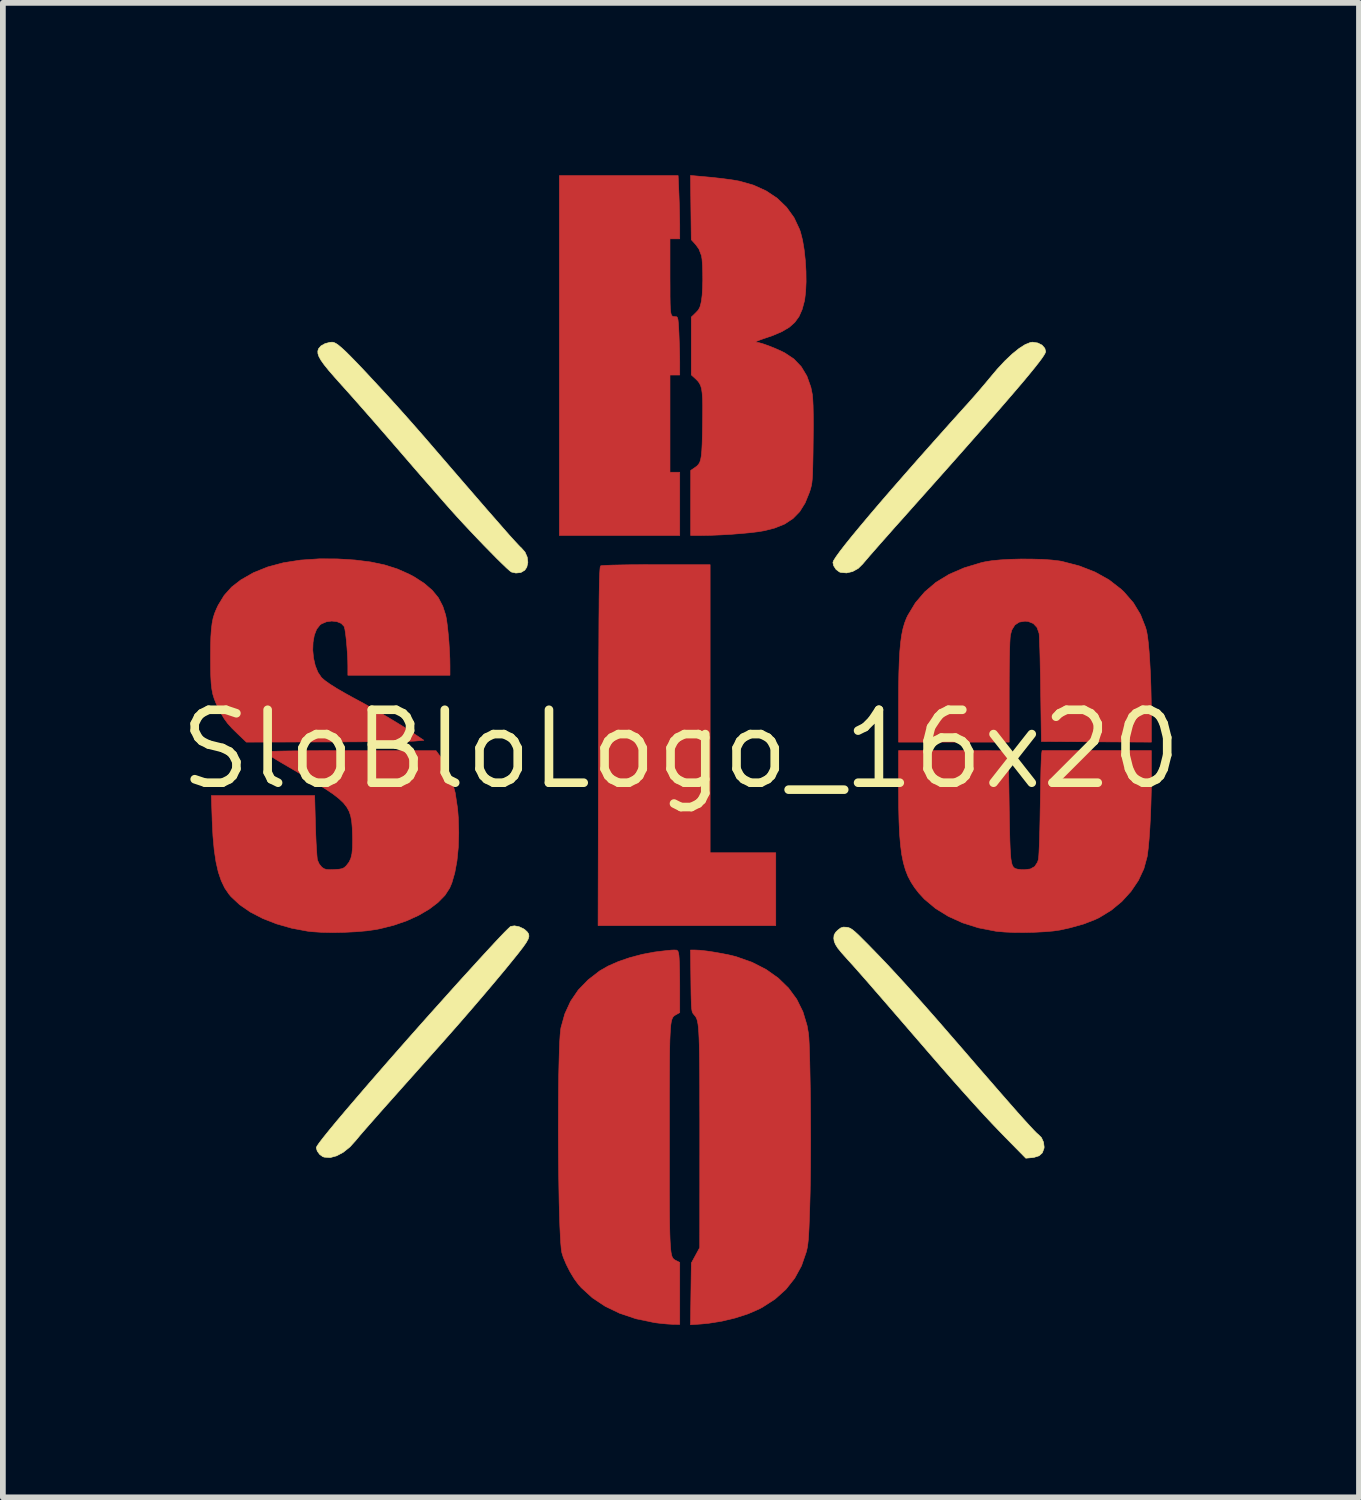
<source format=kicad_pcb>
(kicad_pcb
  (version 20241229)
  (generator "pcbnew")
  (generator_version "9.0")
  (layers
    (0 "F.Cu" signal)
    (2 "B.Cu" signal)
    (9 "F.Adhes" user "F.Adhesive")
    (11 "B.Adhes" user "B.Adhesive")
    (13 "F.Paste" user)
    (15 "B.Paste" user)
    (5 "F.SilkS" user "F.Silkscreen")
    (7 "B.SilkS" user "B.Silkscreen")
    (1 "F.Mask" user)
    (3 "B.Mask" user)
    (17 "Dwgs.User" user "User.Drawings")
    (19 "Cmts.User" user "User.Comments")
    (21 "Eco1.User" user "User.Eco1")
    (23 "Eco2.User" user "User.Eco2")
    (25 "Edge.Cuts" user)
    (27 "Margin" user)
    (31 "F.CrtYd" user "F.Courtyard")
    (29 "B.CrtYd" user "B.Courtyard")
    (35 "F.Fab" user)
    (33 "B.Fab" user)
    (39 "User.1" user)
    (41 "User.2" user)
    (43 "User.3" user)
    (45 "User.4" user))
  (footprint "SloBloLogo_16x20"
    (layer "F.Cu")
    (at 8.807 9.999)
    (property "Reference" "SloBloLogo_16x20" (at 0 0 0) (layer "F.SilkS") (effects (font (size 1.27 1.27) (thickness 0.15))))
    (attr through_hole)
    (fp_poly (pts (xy 0.508 1.799) (xy 1.651 1.799) (xy 1.651 3.069) (xy -1.443 3.069) (xy -1.436 -0.054) (xy -1.435 -0.483) (xy -1.434 -0.871) (xy -1.433 -1.221) (xy -1.432 -1.535) (xy -1.43 -1.814) (xy -1.429 -2.061) (xy -1.428 -2.277) (xy -1.426 -2.464) (xy -1.425 -2.625) (xy -1.423 -2.761) (xy -1.421 -2.874) (xy -1.419 -2.967) (xy -1.416 -3.041) (xy -1.413 -3.097) (xy -1.41 -3.139) (xy -1.407 -3.168) (xy -1.403 -3.186) (xy -1.398 -3.195) (xy -1.397 -3.197) (xy -1.369 -3.201) (xy -1.301 -3.205) (xy -1.199 -3.209) (xy -1.064 -3.212) (xy -0.9 -3.215) (xy -0.711 -3.216) (xy -0.5 -3.217) (xy -0.429 -3.217) (xy 0.508 -3.217) (xy 0.508 1.799)) (stroke (width 0.01) (type solid)) (fill yes) (layer "F.Cu"))
    (fp_poly (pts (xy -0.035 -9.67) (xy -0.03 -9.533) (xy -0.026 -9.387) (xy -0.023 -9.248) (xy -0.021 -9.134) (xy -0.021 -9.119) (xy -0.021 -8.89) (xy -0.191 -8.89) (xy -0.191 -8.226) (xy -0.19 -8.037) (xy -0.19 -7.886) (xy -0.188 -7.768) (xy -0.185 -7.681) (xy -0.179 -7.618) (xy -0.171 -7.577) (xy -0.158 -7.552) (xy -0.142 -7.54) (xy -0.12 -7.536) (xy -0.093 -7.535) (xy -0.086 -7.535) (xy -0.071 -7.531) (xy -0.06 -7.515) (xy -0.051 -7.479) (xy -0.045 -7.418) (xy -0.039 -7.325) (xy -0.035 -7.246) (xy -0.03 -7.114) (xy -0.025 -6.972) (xy -0.022 -6.839) (xy -0.021 -6.738) (xy -0.021 -6.519) (xy -0.191 -6.519) (xy -0.191 -4.826) (xy -0.021 -4.826) (xy -0.021 -3.725) (xy -2.117 -3.725) (xy -2.117 -9.991) (xy -0.049 -9.991) (xy -0.035 -9.67)) (stroke (width 0.01) (type solid)) (fill yes) (layer "F.Cu"))
    (fp_poly (pts (xy 6.108 -3.314) (xy 6.289 -3.309) (xy 6.452 -3.298) (xy 6.588 -3.282) (xy 6.633 -3.274) (xy 6.937 -3.195) (xy 7.211 -3.088) (xy 7.453 -2.953) (xy 7.664 -2.789) (xy 7.715 -2.741) (xy 7.878 -2.553) (xy 8.002 -2.348) (xy 8.091 -2.122) (xy 8.107 -2.063) (xy 8.123 -1.978) (xy 8.138 -1.855) (xy 8.152 -1.701) (xy 8.164 -1.519) (xy 8.175 -1.316) (xy 8.183 -1.097) (xy 8.188 -0.866) (xy 8.191 -0.629) (xy 8.191 -0.524) (xy 8.191 -0.127) (xy 7.234 -0.132) (xy 6.276 -0.138) (xy 6.263 -1.037) (xy 6.26 -1.232) (xy 6.256 -1.416) (xy 6.253 -1.585) (xy 6.249 -1.734) (xy 6.244 -1.857) (xy 6.241 -1.951) (xy 6.237 -2.01) (xy 6.235 -2.024) (xy 6.2 -2.123) (xy 6.136 -2.192) (xy 6.046 -2.228) (xy 5.989 -2.233) (xy 5.889 -2.216) (xy 5.814 -2.166) (xy 5.761 -2.08) (xy 5.737 -1.992) (xy 5.732 -1.944) (xy 5.727 -1.857) (xy 5.723 -1.737) (xy 5.72 -1.589) (xy 5.717 -1.415) (xy 5.716 -1.222) (xy 5.715 -1.013) (xy 5.715 -1.003) (xy 5.715 -0.127) (xy 3.789 -0.127) (xy 3.789 -0.799) (xy 3.79 -1.08) (xy 3.794 -1.323) (xy 3.801 -1.532) (xy 3.811 -1.711) (xy 3.825 -1.862) (xy 3.843 -1.992) (xy 3.866 -2.103) (xy 3.894 -2.2) (xy 3.927 -2.286) (xy 3.95 -2.333) (xy 4.082 -2.552) (xy 4.245 -2.743) (xy 4.44 -2.909) (xy 4.668 -3.048) (xy 4.929 -3.161) (xy 5.223 -3.25) (xy 5.288 -3.265) (xy 5.408 -3.285) (xy 5.559 -3.3) (xy 5.733 -3.31) (xy 5.919 -3.315) (xy 6.108 -3.314)) (stroke (width 0.01) (type solid)) (fill yes) (layer "F.Cu"))
    (fp_poly (pts (xy 0.328 3.497) (xy 0.445 3.51) (xy 0.578 3.53) (xy 0.715 3.554) (xy 0.844 3.58) (xy 0.952 3.606) (xy 0.967 3.611) (xy 1.241 3.708) (xy 1.483 3.832) (xy 1.694 3.981) (xy 1.872 4.154) (xy 2.016 4.35) (xy 2.124 4.568) (xy 2.196 4.807) (xy 2.22 4.945) (xy 2.227 5.018) (xy 2.233 5.129) (xy 2.238 5.273) (xy 2.243 5.445) (xy 2.247 5.641) (xy 2.251 5.856) (xy 2.254 6.085) (xy 2.256 6.324) (xy 2.257 6.568) (xy 2.258 6.813) (xy 2.257 7.054) (xy 2.256 7.286) (xy 2.253 7.504) (xy 2.25 7.705) (xy 2.247 7.821) (xy 2.241 8.028) (xy 2.235 8.198) (xy 2.23 8.335) (xy 2.224 8.445) (xy 2.218 8.533) (xy 2.21 8.605) (xy 2.202 8.664) (xy 2.191 8.716) (xy 2.182 8.752) (xy 2.099 8.992) (xy 1.98 9.209) (xy 1.827 9.402) (xy 1.639 9.571) (xy 1.416 9.715) (xy 1.355 9.747) (xy 1.166 9.829) (xy 0.949 9.899) (xy 0.716 9.955) (xy 0.479 9.993) (xy 0.353 10.005) (xy 0.166 10.018) (xy 0.181 8.943) (xy 0.327 8.674) (xy 0.328 6.797) (xy 0.328 6.455) (xy 0.327 6.152) (xy 0.327 5.887) (xy 0.326 5.655) (xy 0.324 5.456) (xy 0.322 5.286) (xy 0.319 5.143) (xy 0.315 5.024) (xy 0.31 4.927) (xy 0.304 4.848) (xy 0.297 4.786) (xy 0.288 4.737) (xy 0.278 4.7) (xy 0.266 4.671) (xy 0.252 4.648) (xy 0.236 4.629) (xy 0.228 4.619) (xy 0.213 4.602) (xy 0.202 4.583) (xy 0.193 4.556) (xy 0.187 4.515) (xy 0.182 4.457) (xy 0.179 4.374) (xy 0.176 4.262) (xy 0.174 4.116) (xy 0.173 4.031) (xy 0.166 3.493) (xy 0.241 3.493) (xy 0.328 3.497)) (stroke (width 0.01) (type solid)) (fill yes) (layer "F.Cu"))
    (fp_poly (pts (xy -5.981 -3.317) (xy -5.675 -3.298) (xy -5.404 -3.264) (xy -5.161 -3.213) (xy -4.94 -3.143) (xy -4.737 -3.053) (xy -4.646 -3.005) (xy -4.47 -2.891) (xy -4.331 -2.771) (xy -4.224 -2.641) (xy -4.147 -2.493) (xy -4.097 -2.339) (xy -4.082 -2.261) (xy -4.067 -2.151) (xy -4.053 -2.017) (xy -4.04 -1.871) (xy -4.031 -1.721) (xy -4.024 -1.578) (xy -4.022 -1.455) (xy -4.022 -1.291) (xy -5.8 -1.291) (xy -5.8 -1.445) (xy -5.802 -1.551) (xy -5.808 -1.67) (xy -5.817 -1.792) (xy -5.827 -1.908) (xy -5.839 -2.01) (xy -5.851 -2.089) (xy -5.863 -2.136) (xy -5.865 -2.141) (xy -5.915 -2.194) (xy -5.991 -2.225) (xy -6.081 -2.235) (xy -6.174 -2.222) (xy -6.259 -2.186) (xy -6.286 -2.166) (xy -6.344 -2.092) (xy -6.384 -1.989) (xy -6.406 -1.865) (xy -6.411 -1.73) (xy -6.398 -1.592) (xy -6.368 -1.46) (xy -6.322 -1.344) (xy -6.259 -1.251) (xy -6.202 -1.201) (xy -6.112 -1.137) (xy -5.994 -1.062) (xy -5.854 -0.981) (xy -5.726 -0.91) (xy -5.526 -0.802) (xy -5.323 -0.688) (xy -5.125 -0.573) (xy -4.942 -0.463) (xy -4.782 -0.363) (xy -4.699 -0.308) (xy -4.477 -0.159) (xy -4.625 -0.146) (xy -4.672 -0.143) (xy -4.757 -0.141) (xy -4.876 -0.139) (xy -5.026 -0.137) (xy -5.202 -0.135) (xy -5.4 -0.133) (xy -5.617 -0.132) (xy -5.848 -0.131) (xy -6.089 -0.13) (xy -6.17 -0.13) (xy -7.567 -0.127) (xy -7.717 -0.27) (xy -7.816 -0.367) (xy -7.891 -0.45) (xy -7.951 -0.532) (xy -8.007 -0.625) (xy -8.05 -0.709) (xy -8.093 -0.798) (xy -8.126 -0.879) (xy -8.151 -0.96) (xy -8.168 -1.048) (xy -8.18 -1.15) (xy -8.187 -1.273) (xy -8.19 -1.424) (xy -8.191 -1.601) (xy -8.19 -1.796) (xy -8.186 -1.955) (xy -8.177 -2.086) (xy -8.164 -2.194) (xy -8.146 -2.287) (xy -8.12 -2.37) (xy -8.086 -2.452) (xy -8.058 -2.511) (xy -7.953 -2.683) (xy -7.823 -2.828) (xy -7.664 -2.951) (xy -7.442 -3.078) (xy -7.196 -3.177) (xy -6.923 -3.25) (xy -6.622 -3.297) (xy -6.291 -3.319) (xy -5.981 -3.317)) (stroke (width 0.01) (type solid)) (fill yes) (layer "F.Cu"))
    (fp_poly (pts (xy 4.938 0.021) (xy 5.121 0.022) (xy 5.286 0.022) (xy 5.429 0.023) (xy 5.546 0.024) (xy 5.632 0.025) (xy 5.684 0.026) (xy 5.697 0.026) (xy 5.698 0.048) (xy 5.7 0.108) (xy 5.702 0.201) (xy 5.704 0.324) (xy 5.707 0.472) (xy 5.71 0.641) (xy 5.713 0.827) (xy 5.715 0.974) (xy 5.719 1.213) (xy 5.723 1.414) (xy 5.727 1.579) (xy 5.732 1.713) (xy 5.738 1.819) (xy 5.745 1.901) (xy 5.755 1.962) (xy 5.766 2.006) (xy 5.78 2.036) (xy 5.796 2.057) (xy 5.816 2.071) (xy 5.822 2.075) (xy 5.864 2.086) (xy 5.931 2.094) (xy 5.977 2.095) (xy 6.083 2.082) (xy 6.159 2.04) (xy 6.208 1.966) (xy 6.224 1.916) (xy 6.229 1.876) (xy 6.234 1.799) (xy 6.239 1.69) (xy 6.244 1.554) (xy 6.248 1.397) (xy 6.252 1.222) (xy 6.255 1.037) (xy 6.256 0.995) (xy 6.259 0.808) (xy 6.262 0.632) (xy 6.265 0.473) (xy 6.268 0.334) (xy 6.272 0.221) (xy 6.275 0.14) (xy 6.277 0.095) (xy 6.278 0.09) (xy 6.288 0.021) (xy 8.191 0.021) (xy 8.191 0.486) (xy 8.19 0.711) (xy 8.184 0.938) (xy 8.176 1.159) (xy 8.165 1.368) (xy 8.152 1.557) (xy 8.137 1.719) (xy 8.121 1.848) (xy 8.117 1.87) (xy 8.06 2.079) (xy 7.965 2.282) (xy 7.836 2.473) (xy 7.677 2.648) (xy 7.493 2.8) (xy 7.286 2.927) (xy 7.211 2.963) (xy 7.009 3.041) (xy 6.772 3.107) (xy 6.604 3.144) (xy 6.482 3.162) (xy 6.328 3.175) (xy 6.156 3.184) (xy 5.976 3.188) (xy 5.799 3.187) (xy 5.637 3.18) (xy 5.502 3.168) (xy 5.479 3.165) (xy 5.181 3.107) (xy 4.905 3.02) (xy 4.654 2.906) (xy 4.431 2.768) (xy 4.239 2.607) (xy 4.144 2.504) (xy 4.07 2.409) (xy 4.007 2.312) (xy 3.953 2.21) (xy 3.909 2.098) (xy 3.873 1.972) (xy 3.844 1.829) (xy 3.823 1.665) (xy 3.807 1.475) (xy 3.797 1.255) (xy 3.791 1.001) (xy 3.789 0.71) (xy 3.789 0.672) (xy 3.789 0.021) (xy 4.741 0.021) (xy 4.938 0.021)) (stroke (width 0.01) (type solid)) (fill yes) (layer "F.Cu"))
    (fp_poly (pts (xy -5.74 0.022) (xy -4.265 0.022) (xy -4.198 0.112) (xy -4.086 0.293) (xy -3.997 0.508) (xy -3.931 0.755) (xy -3.889 1.033) (xy -3.877 1.185) (xy -3.869 1.453) (xy -3.877 1.706) (xy -3.9 1.94) (xy -3.938 2.147) (xy -3.989 2.324) (xy -4.026 2.412) (xy -4.11 2.542) (xy -4.232 2.666) (xy -4.386 2.783) (xy -4.569 2.89) (xy -4.775 2.984) (xy -5.001 3.062) (xy -5.24 3.122) (xy -5.311 3.136) (xy -5.473 3.159) (xy -5.661 3.175) (xy -5.862 3.185) (xy -6.064 3.189) (xy -6.255 3.185) (xy -6.424 3.174) (xy -6.501 3.165) (xy -6.779 3.113) (xy -7.041 3.038) (xy -7.282 2.944) (xy -7.498 2.832) (xy -7.683 2.705) (xy -7.834 2.564) (xy -7.87 2.521) (xy -7.944 2.413) (xy -8.005 2.285) (xy -8.056 2.135) (xy -8.096 1.958) (xy -8.127 1.751) (xy -8.149 1.509) (xy -8.163 1.23) (xy -8.163 1.212) (xy -8.177 0.804) (xy -6.378 0.804) (xy -6.364 1.328) (xy -6.359 1.478) (xy -6.353 1.617) (xy -6.346 1.739) (xy -6.339 1.838) (xy -6.333 1.905) (xy -6.328 1.93) (xy -6.298 1.996) (xy -6.253 2.051) (xy -6.249 2.054) (xy -6.212 2.078) (xy -6.171 2.091) (xy -6.111 2.094) (xy -6.036 2.092) (xy -5.953 2.086) (xy -5.9 2.076) (xy -5.863 2.058) (xy -5.829 2.027) (xy -5.82 2.016) (xy -5.778 1.961) (xy -5.748 1.896) (xy -5.729 1.816) (xy -5.719 1.712) (xy -5.717 1.577) (xy -5.719 1.483) (xy -5.724 1.36) (xy -5.733 1.254) (xy -5.75 1.162) (xy -5.777 1.08) (xy -5.819 1.004) (xy -5.877 0.93) (xy -5.955 0.857) (xy -6.056 0.778) (xy -6.184 0.692) (xy -6.34 0.595) (xy -6.529 0.482) (xy -6.646 0.414) (xy -6.811 0.317) (xy -6.943 0.24) (xy -7.045 0.179) (xy -7.121 0.132) (xy -7.173 0.098) (xy -7.207 0.073) (xy -7.224 0.056) (xy -7.229 0.045) (xy -7.227 0.04) (xy -7.204 0.037) (xy -7.142 0.034) (xy -7.043 0.031) (xy -6.911 0.028) (xy -6.748 0.026) (xy -6.557 0.024) (xy -6.341 0.023) (xy -6.104 0.022) (xy -5.847 0.022) (xy -5.74 0.022)) (stroke (width 0.01) (type solid)) (fill yes) (layer "F.Cu"))
    (fp_poly (pts (xy -0.075 3.495) (xy -0.053 3.511) (xy -0.041 3.551) (xy -0.035 3.591) (xy -0.031 3.642) (xy -0.027 3.727) (xy -0.024 3.838) (xy -0.022 3.967) (xy -0.021 4.107) (xy -0.021 4.136) (xy -0.021 4.583) (xy -0.084 4.618) (xy -0.103 4.629) (xy -0.12 4.641) (xy -0.135 4.656) (xy -0.148 4.677) (xy -0.159 4.706) (xy -0.169 4.746) (xy -0.177 4.799) (xy -0.183 4.868) (xy -0.188 4.956) (xy -0.193 5.065) (xy -0.196 5.197) (xy -0.198 5.355) (xy -0.199 5.542) (xy -0.2 5.761) (xy -0.201 6.012) (xy -0.201 6.301) (xy -0.201 6.628) (xy -0.201 6.763) (xy -0.201 7.105) (xy -0.201 7.408) (xy -0.201 7.673) (xy -0.2 7.904) (xy -0.199 8.102) (xy -0.197 8.271) (xy -0.194 8.413) (xy -0.19 8.53) (xy -0.185 8.625) (xy -0.179 8.701) (xy -0.172 8.759) (xy -0.163 8.804) (xy -0.153 8.836) (xy -0.14 8.859) (xy -0.126 8.875) (xy -0.11 8.887) (xy -0.092 8.897) (xy -0.084 8.901) (xy -0.021 8.933) (xy -0.021 10.012) (xy -0.153 10.01) (xy -0.239 10.005) (xy -0.346 9.995) (xy -0.453 9.982) (xy -0.474 9.978) (xy -0.782 9.914) (xy -1.064 9.82) (xy -1.318 9.698) (xy -1.542 9.549) (xy -1.735 9.373) (xy -1.784 9.318) (xy -1.857 9.219) (xy -1.931 9.097) (xy -1.997 8.967) (xy -2.049 8.843) (xy -2.074 8.763) (xy -2.084 8.699) (xy -2.093 8.597) (xy -2.101 8.461) (xy -2.109 8.295) (xy -2.115 8.103) (xy -2.121 7.889) (xy -2.125 7.657) (xy -2.129 7.412) (xy -2.132 7.156) (xy -2.134 6.896) (xy -2.135 6.633) (xy -2.134 6.374) (xy -2.133 6.121) (xy -2.131 5.879) (xy -2.128 5.652) (xy -2.123 5.443) (xy -2.118 5.258) (xy -2.112 5.1) (xy -2.104 4.973) (xy -2.095 4.882) (xy -2.09 4.847) (xy -2.022 4.604) (xy -1.922 4.386) (xy -1.788 4.189) (xy -1.616 4.012) (xy -1.416 3.857) (xy -1.268 3.772) (xy -1.088 3.693) (xy -0.886 3.624) (xy -0.673 3.568) (xy -0.46 3.528) (xy -0.434 3.525) (xy -0.329 3.512) (xy -0.233 3.501) (xy -0.158 3.494) (xy -0.118 3.493) (xy -0.075 3.495)) (stroke (width 0.01) (type solid)) (fill yes) (layer "F.Cu"))
    (fp_poly (pts (xy 0.321 -9.98) (xy 0.543 -9.96) (xy 0.736 -9.938) (xy 0.897 -9.916) (xy 1.018 -9.895) (xy 1.264 -9.825) (xy 1.484 -9.725) (xy 1.677 -9.596) (xy 1.839 -9.44) (xy 1.97 -9.258) (xy 2.066 -9.053) (xy 2.082 -9.006) (xy 2.117 -8.869) (xy 2.145 -8.702) (xy 2.165 -8.517) (xy 2.177 -8.326) (xy 2.179 -8.14) (xy 2.171 -7.97) (xy 2.154 -7.827) (xy 2.15 -7.808) (xy 2.11 -7.66) (xy 2.056 -7.538) (xy 1.982 -7.436) (xy 1.885 -7.35) (xy 1.758 -7.275) (xy 1.597 -7.206) (xy 1.471 -7.163) (xy 1.39 -7.135) (xy 1.332 -7.112) (xy 1.303 -7.097) (xy 1.306 -7.092) (xy 1.36 -7.082) (xy 1.442 -7.058) (xy 1.542 -7.022) (xy 1.648 -6.979) (xy 1.75 -6.933) (xy 1.805 -6.906) (xy 1.965 -6.8) (xy 2.094 -6.665) (xy 2.193 -6.501) (xy 2.262 -6.307) (xy 2.288 -6.178) (xy 2.295 -6.102) (xy 2.301 -5.985) (xy 2.304 -5.83) (xy 2.305 -5.639) (xy 2.303 -5.413) (xy 2.302 -5.336) (xy 2.3 -5.147) (xy 2.297 -4.994) (xy 2.294 -4.873) (xy 2.291 -4.778) (xy 2.286 -4.704) (xy 2.28 -4.646) (xy 2.272 -4.597) (xy 2.261 -4.554) (xy 2.248 -4.509) (xy 2.237 -4.476) (xy 2.162 -4.291) (xy 2.068 -4.14) (xy 1.951 -4.02) (xy 1.807 -3.925) (xy 1.631 -3.854) (xy 1.455 -3.809) (xy 1.348 -3.791) (xy 1.209 -3.774) (xy 1.046 -3.759) (xy 0.871 -3.745) (xy 0.693 -3.735) (xy 0.521 -3.728) (xy 0.365 -3.725) (xy 0.169 -3.725) (xy 0.169 -4.292) (xy 0.17 -4.858) (xy 0.242 -4.907) (xy 0.277 -4.933) (xy 0.305 -4.962) (xy 0.327 -4.998) (xy 0.343 -5.048) (xy 0.355 -5.114) (xy 0.363 -5.204) (xy 0.369 -5.321) (xy 0.373 -5.47) (xy 0.376 -5.643) (xy 0.378 -5.834) (xy 0.379 -5.988) (xy 0.376 -6.111) (xy 0.369 -6.206) (xy 0.359 -6.279) (xy 0.342 -6.335) (xy 0.32 -6.379) (xy 0.292 -6.416) (xy 0.257 -6.451) (xy 0.18 -6.521) (xy 0.18 -7.528) (xy 0.256 -7.601) (xy 0.302 -7.65) (xy 0.33 -7.702) (xy 0.349 -7.772) (xy 0.357 -7.812) (xy 0.369 -7.908) (xy 0.376 -8.029) (xy 0.38 -8.165) (xy 0.379 -8.302) (xy 0.375 -8.43) (xy 0.367 -8.536) (xy 0.358 -8.595) (xy 0.313 -8.713) (xy 0.257 -8.79) (xy 0.18 -8.875) (xy 0.173 -9.434) (xy 0.166 -9.994) (xy 0.321 -9.98)) (stroke (width 0.01) (type solid)) (fill yes) (layer "F.Cu"))
    (fp_poly (pts (xy 0.508 1.799) (xy 1.651 1.799) (xy 1.651 3.069) (xy -1.443 3.069) (xy -1.436 -0.054) (xy -1.435 -0.483) (xy -1.434 -0.871) (xy -1.433 -1.221) (xy -1.432 -1.535) (xy -1.43 -1.814) (xy -1.429 -2.061) (xy -1.428 -2.277) (xy -1.426 -2.464) (xy -1.425 -2.625) (xy -1.423 -2.761) (xy -1.421 -2.874) (xy -1.419 -2.967) (xy -1.416 -3.041) (xy -1.413 -3.097) (xy -1.41 -3.139) (xy -1.407 -3.168) (xy -1.403 -3.186) (xy -1.398 -3.195) (xy -1.397 -3.197) (xy -1.369 -3.201) (xy -1.301 -3.205) (xy -1.199 -3.209) (xy -1.064 -3.212) (xy -0.9 -3.215) (xy -0.711 -3.216) (xy -0.5 -3.217) (xy -0.429 -3.217) (xy 0.508 -3.217) (xy 0.508 1.799)) (stroke (width 0.01) (type solid)) (fill yes) (layer "F.Mask"))
    (fp_poly (pts (xy -0.035 -9.67) (xy -0.03 -9.533) (xy -0.026 -9.387) (xy -0.023 -9.248) (xy -0.021 -9.134) (xy -0.021 -9.119) (xy -0.021 -8.89) (xy -0.191 -8.89) (xy -0.191 -8.226) (xy -0.19 -8.037) (xy -0.19 -7.886) (xy -0.188 -7.768) (xy -0.185 -7.681) (xy -0.179 -7.618) (xy -0.171 -7.577) (xy -0.158 -7.552) (xy -0.142 -7.54) (xy -0.12 -7.536) (xy -0.093 -7.535) (xy -0.086 -7.535) (xy -0.071 -7.531) (xy -0.06 -7.515) (xy -0.051 -7.479) (xy -0.045 -7.418) (xy -0.039 -7.325) (xy -0.035 -7.246) (xy -0.03 -7.114) (xy -0.025 -6.972) (xy -0.022 -6.839) (xy -0.021 -6.738) (xy -0.021 -6.519) (xy -0.191 -6.519) (xy -0.191 -4.826) (xy -0.021 -4.826) (xy -0.021 -3.725) (xy -2.117 -3.725) (xy -2.117 -9.991) (xy -0.049 -9.991) (xy -0.035 -9.67)) (stroke (width 0.01) (type solid)) (fill yes) (layer "F.Mask"))
    (fp_poly (pts (xy 6.108 -3.314) (xy 6.289 -3.309) (xy 6.452 -3.298) (xy 6.588 -3.282) (xy 6.633 -3.274) (xy 6.937 -3.195) (xy 7.211 -3.088) (xy 7.453 -2.953) (xy 7.664 -2.789) (xy 7.715 -2.741) (xy 7.878 -2.553) (xy 8.002 -2.348) (xy 8.091 -2.122) (xy 8.107 -2.063) (xy 8.123 -1.978) (xy 8.138 -1.855) (xy 8.152 -1.701) (xy 8.164 -1.519) (xy 8.175 -1.316) (xy 8.183 -1.097) (xy 8.188 -0.866) (xy 8.191 -0.629) (xy 8.191 -0.524) (xy 8.191 -0.127) (xy 7.234 -0.132) (xy 6.276 -0.138) (xy 6.263 -1.037) (xy 6.26 -1.232) (xy 6.256 -1.416) (xy 6.253 -1.585) (xy 6.249 -1.734) (xy 6.244 -1.857) (xy 6.241 -1.951) (xy 6.237 -2.01) (xy 6.235 -2.024) (xy 6.2 -2.123) (xy 6.136 -2.192) (xy 6.046 -2.228) (xy 5.989 -2.233) (xy 5.889 -2.216) (xy 5.814 -2.166) (xy 5.761 -2.08) (xy 5.737 -1.992) (xy 5.732 -1.944) (xy 5.727 -1.857) (xy 5.723 -1.737) (xy 5.72 -1.589) (xy 5.717 -1.415) (xy 5.716 -1.222) (xy 5.715 -1.013) (xy 5.715 -1.003) (xy 5.715 -0.127) (xy 3.789 -0.127) (xy 3.789 -0.799) (xy 3.79 -1.08) (xy 3.794 -1.323) (xy 3.801 -1.532) (xy 3.811 -1.711) (xy 3.825 -1.862) (xy 3.843 -1.992) (xy 3.866 -2.103) (xy 3.894 -2.2) (xy 3.927 -2.286) (xy 3.95 -2.333) (xy 4.082 -2.552) (xy 4.245 -2.743) (xy 4.44 -2.909) (xy 4.668 -3.048) (xy 4.929 -3.161) (xy 5.223 -3.25) (xy 5.288 -3.265) (xy 5.408 -3.285) (xy 5.559 -3.3) (xy 5.733 -3.31) (xy 5.919 -3.315) (xy 6.108 -3.314)) (stroke (width 0.01) (type solid)) (fill yes) (layer "F.Mask"))
    (fp_poly (pts (xy 0.328 3.497) (xy 0.445 3.51) (xy 0.578 3.53) (xy 0.715 3.554) (xy 0.844 3.58) (xy 0.952 3.606) (xy 0.967 3.611) (xy 1.241 3.708) (xy 1.483 3.832) (xy 1.694 3.981) (xy 1.872 4.154) (xy 2.016 4.35) (xy 2.124 4.568) (xy 2.196 4.807) (xy 2.22 4.945) (xy 2.227 5.018) (xy 2.233 5.129) (xy 2.238 5.273) (xy 2.243 5.445) (xy 2.247 5.641) (xy 2.251 5.856) (xy 2.254 6.085) (xy 2.256 6.324) (xy 2.257 6.568) (xy 2.258 6.813) (xy 2.257 7.054) (xy 2.256 7.286) (xy 2.253 7.504) (xy 2.25 7.705) (xy 2.247 7.821) (xy 2.241 8.028) (xy 2.235 8.198) (xy 2.23 8.335) (xy 2.224 8.445) (xy 2.218 8.533) (xy 2.21 8.605) (xy 2.202 8.664) (xy 2.191 8.716) (xy 2.182 8.752) (xy 2.099 8.992) (xy 1.98 9.209) (xy 1.827 9.402) (xy 1.639 9.571) (xy 1.416 9.715) (xy 1.355 9.747) (xy 1.166 9.829) (xy 0.949 9.899) (xy 0.716 9.955) (xy 0.479 9.993) (xy 0.353 10.005) (xy 0.166 10.018) (xy 0.181 8.943) (xy 0.327 8.674) (xy 0.328 6.797) (xy 0.328 6.455) (xy 0.327 6.152) (xy 0.327 5.887) (xy 0.326 5.655) (xy 0.324 5.456) (xy 0.322 5.286) (xy 0.319 5.143) (xy 0.315 5.024) (xy 0.31 4.927) (xy 0.304 4.848) (xy 0.297 4.786) (xy 0.288 4.737) (xy 0.278 4.7) (xy 0.266 4.671) (xy 0.252 4.648) (xy 0.236 4.629) (xy 0.228 4.619) (xy 0.213 4.602) (xy 0.202 4.583) (xy 0.193 4.556) (xy 0.187 4.515) (xy 0.182 4.457) (xy 0.179 4.374) (xy 0.176 4.262) (xy 0.174 4.116) (xy 0.173 4.031) (xy 0.166 3.493) (xy 0.241 3.493) (xy 0.328 3.497)) (stroke (width 0.01) (type solid)) (fill yes) (layer "F.Mask"))
    (fp_poly (pts (xy -5.981 -3.317) (xy -5.675 -3.298) (xy -5.404 -3.264) (xy -5.161 -3.213) (xy -4.94 -3.143) (xy -4.737 -3.053) (xy -4.646 -3.005) (xy -4.47 -2.891) (xy -4.331 -2.771) (xy -4.224 -2.641) (xy -4.147 -2.493) (xy -4.097 -2.339) (xy -4.082 -2.261) (xy -4.067 -2.151) (xy -4.053 -2.017) (xy -4.04 -1.871) (xy -4.031 -1.721) (xy -4.024 -1.578) (xy -4.022 -1.455) (xy -4.022 -1.291) (xy -5.8 -1.291) (xy -5.8 -1.445) (xy -5.802 -1.551) (xy -5.808 -1.67) (xy -5.817 -1.792) (xy -5.827 -1.908) (xy -5.839 -2.01) (xy -5.851 -2.089) (xy -5.863 -2.136) (xy -5.865 -2.141) (xy -5.915 -2.194) (xy -5.991 -2.225) (xy -6.081 -2.235) (xy -6.174 -2.222) (xy -6.259 -2.186) (xy -6.286 -2.166) (xy -6.344 -2.092) (xy -6.384 -1.989) (xy -6.406 -1.865) (xy -6.411 -1.73) (xy -6.398 -1.592) (xy -6.368 -1.46) (xy -6.322 -1.344) (xy -6.259 -1.251) (xy -6.202 -1.201) (xy -6.112 -1.137) (xy -5.994 -1.062) (xy -5.854 -0.981) (xy -5.726 -0.91) (xy -5.526 -0.802) (xy -5.323 -0.688) (xy -5.125 -0.573) (xy -4.942 -0.463) (xy -4.782 -0.363) (xy -4.699 -0.308) (xy -4.477 -0.159) (xy -4.625 -0.146) (xy -4.672 -0.143) (xy -4.757 -0.141) (xy -4.876 -0.139) (xy -5.026 -0.137) (xy -5.202 -0.135) (xy -5.4 -0.133) (xy -5.617 -0.132) (xy -5.848 -0.131) (xy -6.089 -0.13) (xy -6.17 -0.13) (xy -7.567 -0.127) (xy -7.717 -0.27) (xy -7.816 -0.367) (xy -7.891 -0.45) (xy -7.951 -0.532) (xy -8.007 -0.625) (xy -8.05 -0.709) (xy -8.093 -0.798) (xy -8.126 -0.879) (xy -8.151 -0.96) (xy -8.168 -1.048) (xy -8.18 -1.15) (xy -8.187 -1.273) (xy -8.19 -1.424) (xy -8.191 -1.601) (xy -8.19 -1.796) (xy -8.186 -1.955) (xy -8.177 -2.086) (xy -8.164 -2.194) (xy -8.146 -2.287) (xy -8.12 -2.37) (xy -8.086 -2.452) (xy -8.058 -2.511) (xy -7.953 -2.683) (xy -7.823 -2.828) (xy -7.664 -2.951) (xy -7.442 -3.078) (xy -7.196 -3.177) (xy -6.923 -3.25) (xy -6.622 -3.297) (xy -6.291 -3.319) (xy -5.981 -3.317)) (stroke (width 0.01) (type solid)) (fill yes) (layer "F.Mask"))
    (fp_poly (pts (xy 4.938 0.021) (xy 5.121 0.022) (xy 5.286 0.022) (xy 5.429 0.023) (xy 5.546 0.024) (xy 5.632 0.025) (xy 5.684 0.026) (xy 5.697 0.026) (xy 5.698 0.048) (xy 5.7 0.108) (xy 5.702 0.201) (xy 5.704 0.324) (xy 5.707 0.472) (xy 5.71 0.641) (xy 5.713 0.827) (xy 5.715 0.974) (xy 5.719 1.213) (xy 5.723 1.414) (xy 5.727 1.579) (xy 5.732 1.713) (xy 5.738 1.819) (xy 5.745 1.901) (xy 5.755 1.962) (xy 5.766 2.006) (xy 5.78 2.036) (xy 5.796 2.057) (xy 5.816 2.071) (xy 5.822 2.075) (xy 5.864 2.086) (xy 5.931 2.094) (xy 5.977 2.095) (xy 6.083 2.082) (xy 6.159 2.04) (xy 6.208 1.966) (xy 6.224 1.916) (xy 6.229 1.876) (xy 6.234 1.799) (xy 6.239 1.69) (xy 6.244 1.554) (xy 6.248 1.397) (xy 6.252 1.222) (xy 6.255 1.037) (xy 6.256 0.995) (xy 6.259 0.808) (xy 6.262 0.632) (xy 6.265 0.473) (xy 6.268 0.334) (xy 6.272 0.221) (xy 6.275 0.14) (xy 6.277 0.095) (xy 6.278 0.09) (xy 6.288 0.021) (xy 8.191 0.021) (xy 8.191 0.486) (xy 8.19 0.711) (xy 8.184 0.938) (xy 8.176 1.159) (xy 8.165 1.368) (xy 8.152 1.557) (xy 8.137 1.719) (xy 8.121 1.848) (xy 8.117 1.87) (xy 8.06 2.079) (xy 7.965 2.282) (xy 7.836 2.473) (xy 7.677 2.648) (xy 7.493 2.8) (xy 7.286 2.927) (xy 7.211 2.963) (xy 7.009 3.041) (xy 6.772 3.107) (xy 6.604 3.144) (xy 6.482 3.162) (xy 6.328 3.175) (xy 6.156 3.184) (xy 5.976 3.188) (xy 5.799 3.187) (xy 5.637 3.18) (xy 5.502 3.168) (xy 5.479 3.165) (xy 5.181 3.107) (xy 4.905 3.02) (xy 4.654 2.906) (xy 4.431 2.768) (xy 4.239 2.607) (xy 4.144 2.504) (xy 4.07 2.409) (xy 4.007 2.312) (xy 3.953 2.21) (xy 3.909 2.098) (xy 3.873 1.972) (xy 3.844 1.829) (xy 3.823 1.665) (xy 3.807 1.475) (xy 3.797 1.255) (xy 3.791 1.001) (xy 3.789 0.71) (xy 3.789 0.672) (xy 3.789 0.021) (xy 4.741 0.021) (xy 4.938 0.021)) (stroke (width 0.01) (type solid)) (fill yes) (layer "F.Mask"))
    (fp_poly (pts (xy -5.74 0.022) (xy -4.265 0.022) (xy -4.198 0.112) (xy -4.086 0.293) (xy -3.997 0.508) (xy -3.931 0.755) (xy -3.889 1.033) (xy -3.877 1.185) (xy -3.869 1.453) (xy -3.877 1.706) (xy -3.9 1.94) (xy -3.938 2.147) (xy -3.989 2.324) (xy -4.026 2.412) (xy -4.11 2.542) (xy -4.232 2.666) (xy -4.386 2.783) (xy -4.569 2.89) (xy -4.775 2.984) (xy -5.001 3.062) (xy -5.24 3.122) (xy -5.311 3.136) (xy -5.473 3.159) (xy -5.661 3.175) (xy -5.862 3.185) (xy -6.064 3.189) (xy -6.255 3.185) (xy -6.424 3.174) (xy -6.501 3.165) (xy -6.779 3.113) (xy -7.041 3.038) (xy -7.282 2.944) (xy -7.498 2.832) (xy -7.683 2.705) (xy -7.834 2.564) (xy -7.87 2.521) (xy -7.944 2.413) (xy -8.005 2.285) (xy -8.056 2.135) (xy -8.096 1.958) (xy -8.127 1.751) (xy -8.149 1.509) (xy -8.163 1.23) (xy -8.163 1.212) (xy -8.177 0.804) (xy -6.378 0.804) (xy -6.364 1.328) (xy -6.359 1.478) (xy -6.353 1.617) (xy -6.346 1.739) (xy -6.339 1.838) (xy -6.333 1.905) (xy -6.328 1.93) (xy -6.298 1.996) (xy -6.253 2.051) (xy -6.249 2.054) (xy -6.212 2.078) (xy -6.171 2.091) (xy -6.111 2.094) (xy -6.036 2.092) (xy -5.953 2.086) (xy -5.9 2.076) (xy -5.863 2.058) (xy -5.829 2.027) (xy -5.82 2.016) (xy -5.778 1.961) (xy -5.748 1.896) (xy -5.729 1.816) (xy -5.719 1.712) (xy -5.717 1.577) (xy -5.719 1.483) (xy -5.724 1.36) (xy -5.733 1.254) (xy -5.75 1.162) (xy -5.777 1.08) (xy -5.819 1.004) (xy -5.877 0.93) (xy -5.955 0.857) (xy -6.056 0.778) (xy -6.184 0.692) (xy -6.34 0.595) (xy -6.529 0.482) (xy -6.646 0.414) (xy -6.811 0.317) (xy -6.943 0.24) (xy -7.045 0.179) (xy -7.121 0.132) (xy -7.173 0.098) (xy -7.207 0.073) (xy -7.224 0.056) (xy -7.229 0.045) (xy -7.227 0.04) (xy -7.204 0.037) (xy -7.142 0.034) (xy -7.043 0.031) (xy -6.911 0.028) (xy -6.748 0.026) (xy -6.557 0.024) (xy -6.341 0.023) (xy -6.104 0.022) (xy -5.847 0.022) (xy -5.74 0.022)) (stroke (width 0.01) (type solid)) (fill yes) (layer "F.Mask"))
    (fp_poly (pts (xy -0.075 3.495) (xy -0.053 3.511) (xy -0.041 3.551) (xy -0.035 3.591) (xy -0.031 3.642) (xy -0.027 3.727) (xy -0.024 3.838) (xy -0.022 3.967) (xy -0.021 4.107) (xy -0.021 4.136) (xy -0.021 4.583) (xy -0.084 4.618) (xy -0.103 4.629) (xy -0.12 4.641) (xy -0.135 4.656) (xy -0.148 4.677) (xy -0.159 4.706) (xy -0.169 4.746) (xy -0.177 4.799) (xy -0.183 4.868) (xy -0.188 4.956) (xy -0.193 5.065) (xy -0.196 5.197) (xy -0.198 5.355) (xy -0.199 5.542) (xy -0.2 5.761) (xy -0.201 6.012) (xy -0.201 6.301) (xy -0.201 6.628) (xy -0.201 6.763) (xy -0.201 7.105) (xy -0.201 7.408) (xy -0.201 7.673) (xy -0.2 7.904) (xy -0.199 8.102) (xy -0.197 8.271) (xy -0.194 8.413) (xy -0.19 8.53) (xy -0.185 8.625) (xy -0.179 8.701) (xy -0.172 8.759) (xy -0.163 8.804) (xy -0.153 8.836) (xy -0.14 8.859) (xy -0.126 8.875) (xy -0.11 8.887) (xy -0.092 8.897) (xy -0.084 8.901) (xy -0.021 8.933) (xy -0.021 10.012) (xy -0.153 10.01) (xy -0.239 10.005) (xy -0.346 9.995) (xy -0.453 9.982) (xy -0.474 9.978) (xy -0.782 9.914) (xy -1.064 9.82) (xy -1.318 9.698) (xy -1.542 9.549) (xy -1.735 9.373) (xy -1.784 9.318) (xy -1.857 9.219) (xy -1.931 9.097) (xy -1.997 8.967) (xy -2.049 8.843) (xy -2.074 8.763) (xy -2.084 8.699) (xy -2.093 8.597) (xy -2.101 8.461) (xy -2.109 8.295) (xy -2.115 8.103) (xy -2.121 7.889) (xy -2.125 7.657) (xy -2.129 7.412) (xy -2.132 7.156) (xy -2.134 6.896) (xy -2.135 6.633) (xy -2.134 6.374) (xy -2.133 6.121) (xy -2.131 5.879) (xy -2.128 5.652) (xy -2.123 5.443) (xy -2.118 5.258) (xy -2.112 5.1) (xy -2.104 4.973) (xy -2.095 4.882) (xy -2.09 4.847) (xy -2.022 4.604) (xy -1.922 4.386) (xy -1.788 4.189) (xy -1.616 4.012) (xy -1.416 3.857) (xy -1.268 3.772) (xy -1.088 3.693) (xy -0.886 3.624) (xy -0.673 3.568) (xy -0.46 3.528) (xy -0.434 3.525) (xy -0.329 3.512) (xy -0.233 3.501) (xy -0.158 3.494) (xy -0.118 3.493) (xy -0.075 3.495)) (stroke (width 0.01) (type solid)) (fill yes) (layer "F.Mask"))
    (fp_poly (pts (xy 0.321 -9.98) (xy 0.543 -9.96) (xy 0.736 -9.938) (xy 0.897 -9.916) (xy 1.018 -9.895) (xy 1.264 -9.825) (xy 1.484 -9.725) (xy 1.677 -9.596) (xy 1.839 -9.44) (xy 1.97 -9.258) (xy 2.066 -9.053) (xy 2.082 -9.006) (xy 2.117 -8.869) (xy 2.145 -8.702) (xy 2.165 -8.517) (xy 2.177 -8.326) (xy 2.179 -8.14) (xy 2.171 -7.97) (xy 2.154 -7.827) (xy 2.15 -7.808) (xy 2.11 -7.66) (xy 2.056 -7.538) (xy 1.982 -7.436) (xy 1.885 -7.35) (xy 1.758 -7.275) (xy 1.597 -7.206) (xy 1.471 -7.163) (xy 1.39 -7.135) (xy 1.332 -7.112) (xy 1.303 -7.097) (xy 1.306 -7.092) (xy 1.36 -7.082) (xy 1.442 -7.058) (xy 1.542 -7.022) (xy 1.648 -6.979) (xy 1.75 -6.933) (xy 1.805 -6.906) (xy 1.965 -6.8) (xy 2.094 -6.665) (xy 2.193 -6.501) (xy 2.262 -6.307) (xy 2.288 -6.178) (xy 2.295 -6.102) (xy 2.301 -5.985) (xy 2.304 -5.83) (xy 2.305 -5.639) (xy 2.303 -5.413) (xy 2.302 -5.336) (xy 2.3 -5.147) (xy 2.297 -4.994) (xy 2.294 -4.873) (xy 2.291 -4.778) (xy 2.286 -4.704) (xy 2.28 -4.646) (xy 2.272 -4.597) (xy 2.261 -4.554) (xy 2.248 -4.509) (xy 2.237 -4.476) (xy 2.162 -4.291) (xy 2.068 -4.14) (xy 1.951 -4.02) (xy 1.807 -3.925) (xy 1.631 -3.854) (xy 1.455 -3.809) (xy 1.348 -3.791) (xy 1.209 -3.774) (xy 1.046 -3.759) (xy 0.871 -3.745) (xy 0.693 -3.735) (xy 0.521 -3.728) (xy 0.365 -3.725) (xy 0.169 -3.725) (xy 0.169 -4.292) (xy 0.17 -4.858) (xy 0.242 -4.907) (xy 0.277 -4.933) (xy 0.305 -4.962) (xy 0.327 -4.998) (xy 0.343 -5.048) (xy 0.355 -5.114) (xy 0.363 -5.204) (xy 0.369 -5.321) (xy 0.373 -5.47) (xy 0.376 -5.643) (xy 0.378 -5.834) (xy 0.379 -5.988) (xy 0.376 -6.111) (xy 0.369 -6.206) (xy 0.359 -6.279) (xy 0.342 -6.335) (xy 0.32 -6.379) (xy 0.292 -6.416) (xy 0.257 -6.451) (xy 0.18 -6.521) (xy 0.18 -7.528) (xy 0.256 -7.601) (xy 0.302 -7.65) (xy 0.33 -7.702) (xy 0.349 -7.772) (xy 0.357 -7.812) (xy 0.369 -7.908) (xy 0.376 -8.029) (xy 0.38 -8.165) (xy 0.379 -8.302) (xy 0.375 -8.43) (xy 0.367 -8.536) (xy 0.358 -8.595) (xy 0.313 -8.713) (xy 0.257 -8.79) (xy 0.18 -8.875) (xy 0.173 -9.434) (xy 0.166 -9.994) (xy 0.321 -9.98)) (stroke (width 0.01) (type solid)) (fill yes) (layer "F.Mask"))
    (fp_poly (pts (xy 6.213 -7.077) (xy 6.287 -7.04) (xy 6.336 -6.984) (xy 6.35 -6.928) (xy 6.343 -6.904) (xy 6.322 -6.866) (xy 6.286 -6.812) (xy 6.234 -6.742) (xy 6.165 -6.654) (xy 6.078 -6.547) (xy 5.972 -6.419) (xy 5.846 -6.271) (xy 5.699 -6.1) (xy 5.531 -5.906) (xy 5.339 -5.687) (xy 5.124 -5.443) (xy 4.884 -5.171) (xy 4.619 -4.872) (xy 4.327 -4.544) (xy 4.022 -4.202) (xy 3.873 -4.034) (xy 3.73 -3.875) (xy 3.598 -3.725) (xy 3.478 -3.59) (xy 3.374 -3.471) (xy 3.287 -3.372) (xy 3.222 -3.296) (xy 3.18 -3.247) (xy 3.167 -3.231) (xy 3.086 -3.151) (xy 2.988 -3.097) (xy 2.883 -3.073) (xy 2.782 -3.082) (xy 2.759 -3.09) (xy 2.701 -3.133) (xy 2.659 -3.198) (xy 2.646 -3.255) (xy 2.66 -3.291) (xy 2.702 -3.357) (xy 2.77 -3.451) (xy 2.864 -3.572) (xy 2.982 -3.719) (xy 3.124 -3.89) (xy 3.287 -4.084) (xy 3.471 -4.3) (xy 3.675 -4.536) (xy 3.897 -4.79) (xy 4.137 -5.063) (xy 4.393 -5.351) (xy 4.664 -5.655) (xy 4.949 -5.972) (xy 4.985 -6.011) (xy 5.079 -6.117) (xy 5.176 -6.228) (xy 5.267 -6.335) (xy 5.343 -6.425) (xy 5.368 -6.456) (xy 5.506 -6.62) (xy 5.64 -6.764) (xy 5.769 -6.886) (xy 5.888 -6.982) (xy 5.993 -7.049) (xy 6.082 -7.085) (xy 6.121 -7.091) (xy 6.213 -7.077)) (stroke (width 0.01) (type solid)) (fill yes) (layer "F.SilkS"))
    (fp_poly (pts (xy -2.819 3.087) (xy -2.74 3.124) (xy -2.71 3.146) (xy -2.674 3.18) (xy -2.652 3.215) (xy -2.647 3.253) (xy -2.66 3.301) (xy -2.694 3.363) (xy -2.75 3.443) (xy -2.831 3.548) (xy -2.908 3.644) (xy -3.066 3.838) (xy -3.248 4.056) (xy -3.447 4.291) (xy -3.658 4.537) (xy -3.874 4.786) (xy -4.09 5.031) (xy -4.19 5.144) (xy -4.425 5.407) (xy -4.634 5.642) (xy -4.818 5.848) (xy -4.979 6.029) (xy -5.118 6.185) (xy -5.237 6.319) (xy -5.337 6.433) (xy -5.421 6.528) (xy -5.49 6.607) (xy -5.546 6.671) (xy -5.59 6.722) (xy -5.623 6.762) (xy -5.649 6.793) (xy -5.655 6.801) (xy -5.764 6.922) (xy -5.88 7.015) (xy -5.996 7.077) (xy -6.107 7.107) (xy -6.209 7.1) (xy -6.237 7.091) (xy -6.291 7.052) (xy -6.333 6.994) (xy -6.35 6.935) (xy -6.336 6.905) (xy -6.293 6.843) (xy -6.221 6.75) (xy -6.121 6.626) (xy -5.993 6.471) (xy -5.836 6.285) (xy -5.65 6.068) (xy -5.437 5.82) (xy -5.283 5.643) (xy -5.109 5.443) (xy -4.928 5.237) (xy -4.743 5.027) (xy -4.556 4.816) (xy -4.37 4.607) (xy -4.185 4.401) (xy -4.006 4.201) (xy -3.834 4.01) (xy -3.67 3.83) (xy -3.518 3.663) (xy -3.38 3.513) (xy -3.258 3.381) (xy -3.154 3.27) (xy -3.07 3.182) (xy -3.008 3.121) (xy -2.972 3.087) (xy -2.964 3.082) (xy -2.899 3.072) (xy -2.819 3.087)) (stroke (width 0.01) (type solid)) (fill yes) (layer "F.SilkS"))
    (fp_poly (pts (xy 2.887 3.097) (xy 2.918 3.103) (xy 2.95 3.116) (xy 2.986 3.139) (xy 3.031 3.176) (xy 3.091 3.231) (xy 3.169 3.309) (xy 3.272 3.412) (xy 3.292 3.433) (xy 3.438 3.583) (xy 3.586 3.738) (xy 3.739 3.902) (xy 3.9 4.078) (xy 4.072 4.269) (xy 4.258 4.478) (xy 4.463 4.711) (xy 4.687 4.969) (xy 4.931 5.25) (xy 5.169 5.526) (xy 5.381 5.77) (xy 5.567 5.984) (xy 5.728 6.168) (xy 5.865 6.324) (xy 5.979 6.451) (xy 6.071 6.552) (xy 6.141 6.627) (xy 6.19 6.677) (xy 6.219 6.703) (xy 6.223 6.705) (xy 6.277 6.76) (xy 6.313 6.839) (xy 6.324 6.924) (xy 6.321 6.948) (xy 6.292 7.025) (xy 6.236 7.076) (xy 6.15 7.103) (xy 6.114 7.108) (xy 6.005 7.118) (xy 5.653 6.76) (xy 5.537 6.64) (xy 5.42 6.518) (xy 5.3 6.39) (xy 5.174 6.253) (xy 5.039 6.104) (xy 4.892 5.94) (xy 4.731 5.758) (xy 4.552 5.554) (xy 4.353 5.325) (xy 4.131 5.068) (xy 4.022 4.942) (xy 3.826 4.715) (xy 3.655 4.517) (xy 3.507 4.346) (xy 3.379 4.199) (xy 3.27 4.073) (xy 3.176 3.966) (xy 3.096 3.875) (xy 3.028 3.798) (xy 2.968 3.731) (xy 2.914 3.672) (xy 2.888 3.643) (xy 2.796 3.54) (xy 2.731 3.46) (xy 2.69 3.395) (xy 2.668 3.339) (xy 2.661 3.288) (xy 2.667 3.23) (xy 2.696 3.182) (xy 2.729 3.149) (xy 2.781 3.109) (xy 2.827 3.094) (xy 2.887 3.097)) (stroke (width 0.01) (type solid)) (fill yes) (layer "F.SilkS"))
    (fp_poly (pts (xy -6.044 -7.086) (xy -6.008 -7.069) (xy -5.963 -7.038) (xy -5.906 -6.99) (xy -5.834 -6.924) (xy -5.745 -6.835) (xy -5.635 -6.722) (xy -5.503 -6.583) (xy -5.346 -6.414) (xy -5.345 -6.413) (xy -5.227 -6.286) (xy -5.118 -6.168) (xy -5.016 -6.056) (xy -4.915 -5.944) (xy -4.812 -5.829) (xy -4.703 -5.706) (xy -4.585 -5.572) (xy -4.453 -5.421) (xy -4.305 -5.249) (xy -4.135 -5.052) (xy -4.004 -4.9) (xy -3.771 -4.63) (xy -3.564 -4.391) (xy -3.384 -4.183) (xy -3.228 -4.005) (xy -3.097 -3.855) (xy -2.989 -3.732) (xy -2.903 -3.637) (xy -2.839 -3.568) (xy -2.797 -3.524) (xy -2.778 -3.507) (xy -2.715 -3.435) (xy -2.677 -3.348) (xy -2.666 -3.257) (xy -2.684 -3.174) (xy -2.719 -3.121) (xy -2.788 -3.08) (xy -2.874 -3.071) (xy -2.953 -3.089) (xy -2.982 -3.111) (xy -3.036 -3.159) (xy -3.111 -3.231) (xy -3.204 -3.322) (xy -3.309 -3.429) (xy -3.424 -3.546) (xy -3.545 -3.672) (xy -3.667 -3.801) (xy -3.788 -3.93) (xy -3.902 -4.054) (xy -3.959 -4.117) (xy -4.034 -4.201) (xy -4.133 -4.313) (xy -4.249 -4.446) (xy -4.38 -4.596) (xy -4.521 -4.757) (xy -4.666 -4.924) (xy -4.811 -5.092) (xy -4.892 -5.186) (xy -5.04 -5.357) (xy -5.193 -5.533) (xy -5.346 -5.709) (xy -5.495 -5.879) (xy -5.634 -6.037) (xy -5.758 -6.177) (xy -5.862 -6.293) (xy -5.902 -6.337) (xy -6.032 -6.483) (xy -6.136 -6.603) (xy -6.214 -6.7) (xy -6.269 -6.778) (xy -6.304 -6.841) (xy -6.321 -6.892) (xy -6.323 -6.936) (xy -6.311 -6.976) (xy -6.311 -6.976) (xy -6.268 -7.026) (xy -6.197 -7.066) (xy -6.113 -7.088) (xy -6.073 -7.091) (xy -6.044 -7.086)) (stroke (width 0.01) (type solid)) (fill yes) (layer "F.SilkS")))
  (gr_rect
    (start -3 -3)
    (end 20.613 23.022)
    (stroke (width 0.1) (type default))
    (fill no)
    (layer "Edge.Cuts")))
</source>
